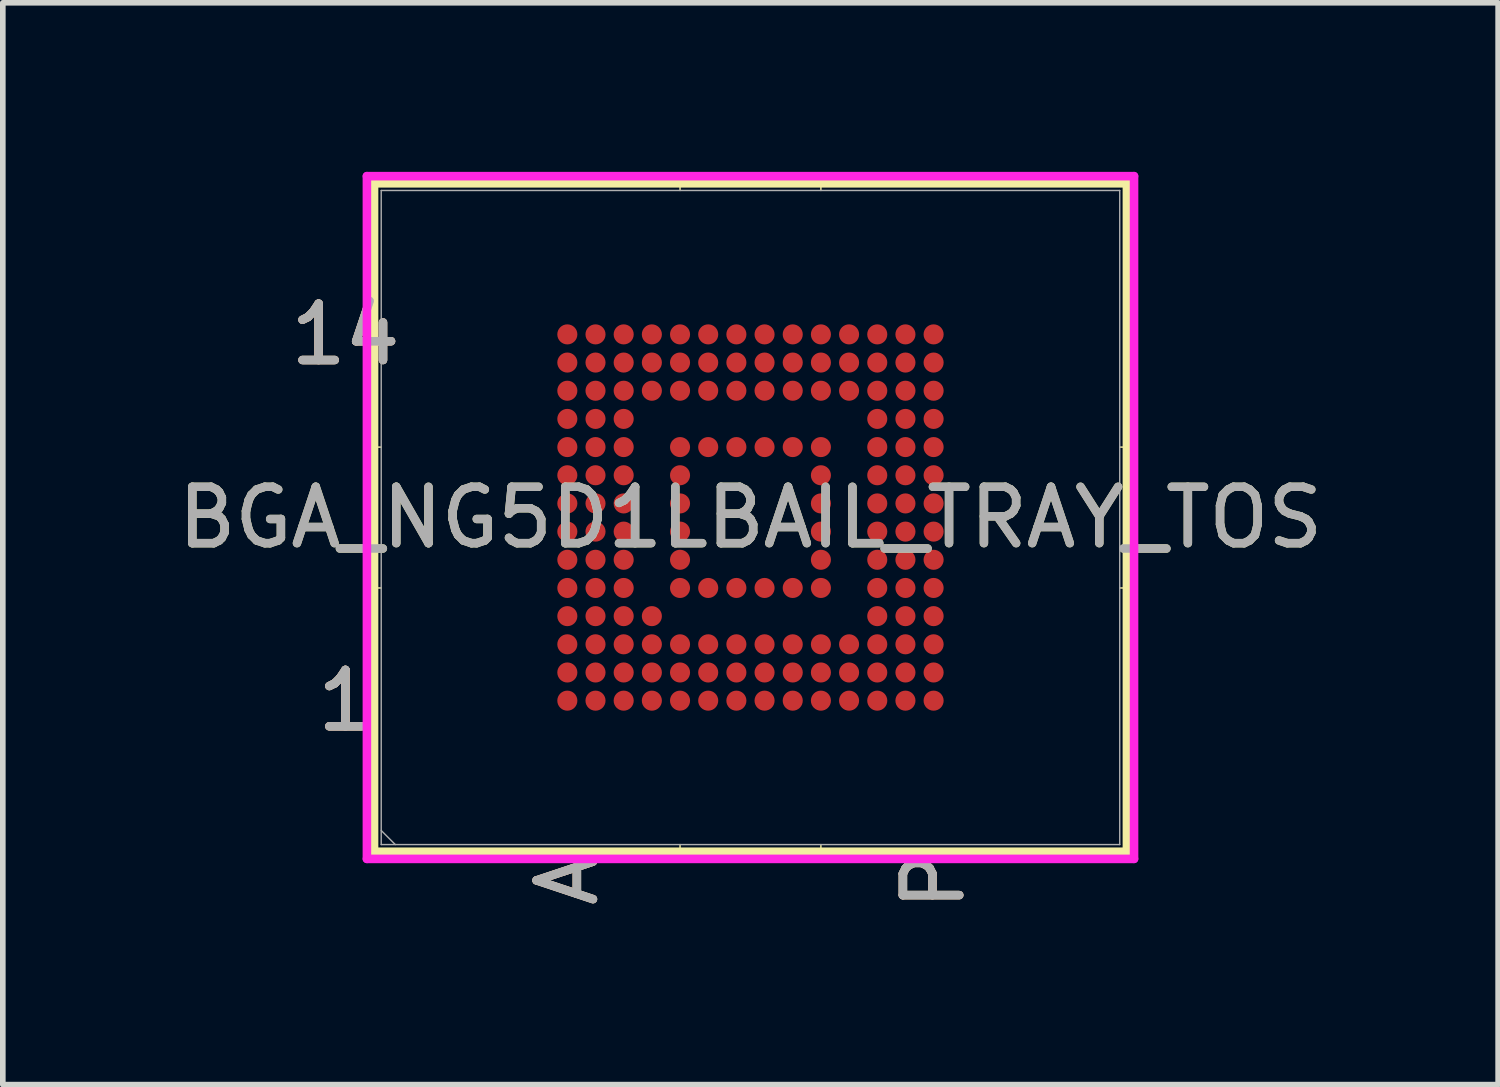
<source format=kicad_pcb>
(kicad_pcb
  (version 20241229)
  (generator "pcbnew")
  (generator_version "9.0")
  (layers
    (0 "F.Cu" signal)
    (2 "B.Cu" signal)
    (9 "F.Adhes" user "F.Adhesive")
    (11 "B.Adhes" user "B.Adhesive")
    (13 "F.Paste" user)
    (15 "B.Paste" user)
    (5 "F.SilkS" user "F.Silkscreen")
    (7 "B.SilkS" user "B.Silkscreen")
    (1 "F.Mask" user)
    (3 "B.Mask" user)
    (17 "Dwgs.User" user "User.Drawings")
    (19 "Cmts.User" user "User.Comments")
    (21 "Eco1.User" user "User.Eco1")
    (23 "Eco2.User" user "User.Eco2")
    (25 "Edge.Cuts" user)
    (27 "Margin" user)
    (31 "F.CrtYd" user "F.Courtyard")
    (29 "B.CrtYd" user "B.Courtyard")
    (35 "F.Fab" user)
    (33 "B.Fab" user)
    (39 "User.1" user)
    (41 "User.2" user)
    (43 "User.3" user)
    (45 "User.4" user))
  (footprint "BGA_NG5D1LBAIL_TRAY_TOS"
    (layer "F.Cu")
    (at 10.268 6.134)
    (property "Reference" "BGA_NG5D1LBAIL_TRAY_TOS" (at 0 0 0) (unlocked yes) (layer "F.SilkS") (effects (font (size 1 1) (thickness 0.15))))
    (attr smd)
    (fp_line (start -6.68 -5.931) (end -6.68 5.931) (stroke (width 0.152) (type solid)) (layer "F.SilkS"))
    (fp_line (start -6.68 5.931) (end 6.68 5.931) (stroke (width 0.152) (type solid)) (layer "F.SilkS"))
    (fp_line (start -6.553 -1.25) (end -6.807 -1.25) (stroke (width 0.025) (type solid)) (layer "F.SilkS"))
    (fp_line (start -6.553 1.25) (end -6.807 1.25) (stroke (width 0.025) (type solid)) (layer "F.SilkS"))
    (fp_line (start -1.25 -5.804) (end -1.25 -6.058) (stroke (width 0.025) (type solid)) (layer "F.SilkS"))
    (fp_line (start -1.25 5.804) (end -1.25 6.058) (stroke (width 0.025) (type solid)) (layer "F.SilkS"))
    (fp_line (start 1.25 -5.804) (end 1.25 -6.058) (stroke (width 0.025) (type solid)) (layer "F.SilkS"))
    (fp_line (start 1.25 5.804) (end 1.25 6.058) (stroke (width 0.025) (type solid)) (layer "F.SilkS"))
    (fp_line (start 6.553 -1.25) (end 6.807 -1.25) (stroke (width 0.025) (type solid)) (layer "F.SilkS"))
    (fp_line (start 6.553 1.25) (end 6.807 1.25) (stroke (width 0.025) (type solid)) (layer "F.SilkS"))
    (fp_line (start 6.68 -5.931) (end -6.68 -5.931) (stroke (width 0.152) (type solid)) (layer "F.SilkS"))
    (fp_line (start 6.68 5.931) (end 6.68 -5.931) (stroke (width 0.152) (type solid)) (layer "F.SilkS"))
    (fp_poly (pts (xy -3.945 -3.945) (xy 3.945 -3.945) (xy 3.945 3.945) (xy -3.945 3.945)) (stroke (width 0.1) (type solid)) (fill no) (layer "Eco2.User"))
    (fp_line (start -6.807 -6.058) (end 6.807 -6.058) (stroke (width 0.152) (type solid)) (layer "F.CrtYd"))
    (fp_line (start -6.807 6.058) (end -6.807 -6.058) (stroke (width 0.152) (type solid)) (layer "F.CrtYd"))
    (fp_line (start 6.807 -6.058) (end 6.807 6.058) (stroke (width 0.152) (type solid)) (layer "F.CrtYd"))
    (fp_line (start 6.807 6.058) (end -6.807 6.058) (stroke (width 0.152) (type solid)) (layer "F.CrtYd"))
    (fp_line (start -6.553 -5.804) (end -6.553 5.804) (stroke (width 0.025) (type solid)) (layer "F.Fab"))
    (fp_line (start -6.553 5.554) (end -6.303 5.804) (stroke (width 0.025) (type solid)) (layer "F.Fab"))
    (fp_line (start -6.553 5.804) (end 6.553 5.804) (stroke (width 0.025) (type solid)) (layer "F.Fab"))
    (fp_line (start 6.553 -5.804) (end -6.553 -5.804) (stroke (width 0.025) (type solid)) (layer "F.Fab"))
    (fp_line (start 6.553 5.804) (end 6.553 -5.804) (stroke (width 0.025) (type solid)) (layer "F.Fab"))
    (fp_text user "A" (at -3.25 6.439 90) (unlocked yes) (layer "F.SilkS") (effects (font (size 1 1) (thickness 0.15))))
    (fp_text user "P" (at 3.25 6.439 90) (unlocked yes) (layer "F.SilkS") (effects (font (size 1 1) (thickness 0.15))))
    (fp_text user "1" (at -7.188 3.25 0) (unlocked yes) (layer "F.SilkS") (effects (font (size 1 1) (thickness 0.15))))
    (fp_text user "14" (at -7.188 -3.25 0) (unlocked yes) (layer "F.SilkS") (effects (font (size 1 1) (thickness 0.15))))
    (fp_text user "A" (at -3.25 6.439 90) (unlocked yes) (layer "B.SilkS") (effects (font (size 1 1) (thickness 0.15))))
    (fp_text user "14" (at -7.188 -3.25 0) (unlocked yes) (layer "B.SilkS") (effects (font (size 1 1) (thickness 0.15))))
    (fp_text user "1" (at -7.188 3.25 0) (unlocked yes) (layer "B.SilkS") (effects (font (size 1 1) (thickness 0.15))))
    (fp_text user "P" (at 3.25 6.439 90) (unlocked yes) (layer "B.SilkS") (effects (font (size 1 1) (thickness 0.15))))
    (fp_text user "14" (at -7.188 -3.25 0) (unlocked yes) (layer "F.Fab") (effects (font (size 1 1) (thickness 0.15))))
    (fp_text user "1" (at -7.188 3.25 0) (unlocked yes) (layer "F.Fab") (effects (font (size 1 1) (thickness 0.15))))
    (fp_text user "A" (at -3.25 6.439 90) (unlocked yes) (layer "F.Fab") (effects (font (size 1 1) (thickness 0.15))))
    (fp_text user "P" (at 3.25 6.439 90) (unlocked yes) (layer "F.Fab") (effects (font (size 1 1) (thickness 0.15))))
    (fp_text user "${REFERENCE}" (at 0 0 0) (unlocked yes) (layer "F.Fab") (effects (font (size 1 1) (thickness 0.15))))
    (pad "A1" smd circle (at -3.25 3.25) (size 0.356 0.356) (layers "F.Cu" "F.Mask" "F.Paste"))
    (pad "A2" smd circle (at -3.25 2.75) (size 0.356 0.356) (layers "F.Cu" "F.Mask" "F.Paste"))
    (pad "A3" smd circle (at -3.25 2.25) (size 0.356 0.356) (layers "F.Cu" "F.Mask" "F.Paste"))
    (pad "A4" smd circle (at -3.25 1.75) (size 0.356 0.356) (layers "F.Cu" "F.Mask" "F.Paste"))
    (pad "A5" smd circle (at -3.25 1.25) (size 0.356 0.356) (layers "F.Cu" "F.Mask" "F.Paste"))
    (pad "A6" smd circle (at -3.25 0.75) (size 0.356 0.356) (layers "F.Cu" "F.Mask" "F.Paste"))
    (pad "A7" smd circle (at -3.25 0.25) (size 0.356 0.356) (layers "F.Cu" "F.Mask" "F.Paste"))
    (pad "A8" smd circle (at -3.25 -0.25) (size 0.356 0.356) (layers "F.Cu" "F.Mask" "F.Paste"))
    (pad "A9" smd circle (at -3.25 -0.75) (size 0.356 0.356) (layers "F.Cu" "F.Mask" "F.Paste"))
    (pad "A10" smd circle (at -3.25 -1.25) (size 0.356 0.356) (layers "F.Cu" "F.Mask" "F.Paste"))
    (pad "A11" smd circle (at -3.25 -1.75) (size 0.356 0.356) (layers "F.Cu" "F.Mask" "F.Paste"))
    (pad "A12" smd circle (at -3.25 -2.25) (size 0.356 0.356) (layers "F.Cu" "F.Mask" "F.Paste"))
    (pad "A13" smd circle (at -3.25 -2.75) (size 0.356 0.356) (layers "F.Cu" "F.Mask" "F.Paste"))
    (pad "A14" smd circle (at -3.25 -3.25) (size 0.356 0.356) (layers "F.Cu" "F.Mask" "F.Paste"))
    (pad "B1" smd circle (at -2.75 3.25) (size 0.356 0.356) (layers "F.Cu" "F.Mask" "F.Paste"))
    (pad "B2" smd circle (at -2.75 2.75) (size 0.356 0.356) (layers "F.Cu" "F.Mask" "F.Paste"))
    (pad "B3" smd circle (at -2.75 2.25) (size 0.356 0.356) (layers "F.Cu" "F.Mask" "F.Paste"))
    (pad "B4" smd circle (at -2.75 1.75) (size 0.356 0.356) (layers "F.Cu" "F.Mask" "F.Paste"))
    (pad "B5" smd circle (at -2.75 1.25) (size 0.356 0.356) (layers "F.Cu" "F.Mask" "F.Paste"))
    (pad "B6" smd circle (at -2.75 0.75) (size 0.356 0.356) (layers "F.Cu" "F.Mask" "F.Paste"))
    (pad "B7" smd circle (at -2.75 0.25) (size 0.356 0.356) (layers "F.Cu" "F.Mask" "F.Paste"))
    (pad "B8" smd circle (at -2.75 -0.25) (size 0.356 0.356) (layers "F.Cu" "F.Mask" "F.Paste"))
    (pad "B9" smd circle (at -2.75 -0.75) (size 0.356 0.356) (layers "F.Cu" "F.Mask" "F.Paste"))
    (pad "B10" smd circle (at -2.75 -1.25) (size 0.356 0.356) (layers "F.Cu" "F.Mask" "F.Paste"))
    (pad "B11" smd circle (at -2.75 -1.75) (size 0.356 0.356) (layers "F.Cu" "F.Mask" "F.Paste"))
    (pad "B12" smd circle (at -2.75 -2.25) (size 0.356 0.356) (layers "F.Cu" "F.Mask" "F.Paste"))
    (pad "B13" smd circle (at -2.75 -2.75) (size 0.356 0.356) (layers "F.Cu" "F.Mask" "F.Paste"))
    (pad "B14" smd circle (at -2.75 -3.25) (size 0.356 0.356) (layers "F.Cu" "F.Mask" "F.Paste"))
    (pad "C1" smd circle (at -2.25 3.25) (size 0.356 0.356) (layers "F.Cu" "F.Mask" "F.Paste"))
    (pad "C2" smd circle (at -2.25 2.75) (size 0.356 0.356) (layers "F.Cu" "F.Mask" "F.Paste"))
    (pad "C3" smd circle (at -2.25 2.25) (size 0.356 0.356) (layers "F.Cu" "F.Mask" "F.Paste"))
    (pad "C4" smd circle (at -2.25 1.75) (size 0.356 0.356) (layers "F.Cu" "F.Mask" "F.Paste"))
    (pad "C5" smd circle (at -2.25 1.25) (size 0.356 0.356) (layers "F.Cu" "F.Mask" "F.Paste"))
    (pad "C6" smd circle (at -2.25 0.75) (size 0.356 0.356) (layers "F.Cu" "F.Mask" "F.Paste"))
    (pad "C7" smd circle (at -2.25 0.25) (size 0.356 0.356) (layers "F.Cu" "F.Mask" "F.Paste"))
    (pad "C8" smd circle (at -2.25 -0.25) (size 0.356 0.356) (layers "F.Cu" "F.Mask" "F.Paste"))
    (pad "C9" smd circle (at -2.25 -0.75) (size 0.356 0.356) (layers "F.Cu" "F.Mask" "F.Paste"))
    (pad "C10" smd circle (at -2.25 -1.25) (size 0.356 0.356) (layers "F.Cu" "F.Mask" "F.Paste"))
    (pad "C11" smd circle (at -2.25 -1.75) (size 0.356 0.356) (layers "F.Cu" "F.Mask" "F.Paste"))
    (pad "C12" smd circle (at -2.25 -2.25) (size 0.356 0.356) (layers "F.Cu" "F.Mask" "F.Paste"))
    (pad "C13" smd circle (at -2.25 -2.75) (size 0.356 0.356) (layers "F.Cu" "F.Mask" "F.Paste"))
    (pad "C14" smd circle (at -2.25 -3.25) (size 0.356 0.356) (layers "F.Cu" "F.Mask" "F.Paste"))
    (pad "D1" smd circle (at -1.75 3.25) (size 0.356 0.356) (layers "F.Cu" "F.Mask" "F.Paste"))
    (pad "D2" smd circle (at -1.75 2.75) (size 0.356 0.356) (layers "F.Cu" "F.Mask" "F.Paste"))
    (pad "D3" smd circle (at -1.75 2.25) (size 0.356 0.356) (layers "F.Cu" "F.Mask" "F.Paste"))
    (pad "D4" smd circle (at -1.75 1.75) (size 0.356 0.356) (layers "F.Cu" "F.Mask" "F.Paste"))
    (pad "D12" smd circle (at -1.75 -2.25) (size 0.356 0.356) (layers "F.Cu" "F.Mask" "F.Paste"))
    (pad "D13" smd circle (at -1.75 -2.75) (size 0.356 0.356) (layers "F.Cu" "F.Mask" "F.Paste"))
    (pad "D14" smd circle (at -1.75 -3.25) (size 0.356 0.356) (layers "F.Cu" "F.Mask" "F.Paste"))
    (pad "E1" smd circle (at -1.25 3.25) (size 0.356 0.356) (layers "F.Cu" "F.Mask" "F.Paste"))
    (pad "E2" smd circle (at -1.25 2.75) (size 0.356 0.356) (layers "F.Cu" "F.Mask" "F.Paste"))
    (pad "E3" smd circle (at -1.25 2.25) (size 0.356 0.356) (layers "F.Cu" "F.Mask" "F.Paste"))
    (pad "E5" smd circle (at -1.25 1.25) (size 0.356 0.356) (layers "F.Cu" "F.Mask" "F.Paste"))
    (pad "E6" smd circle (at -1.25 0.75) (size 0.356 0.356) (layers "F.Cu" "F.Mask" "F.Paste"))
    (pad "E7" smd circle (at -1.25 0.25) (size 0.356 0.356) (layers "F.Cu" "F.Mask" "F.Paste"))
    (pad "E8" smd circle (at -1.25 -0.25) (size 0.356 0.356) (layers "F.Cu" "F.Mask" "F.Paste"))
    (pad "E9" smd circle (at -1.25 -0.75) (size 0.356 0.356) (layers "F.Cu" "F.Mask" "F.Paste"))
    (pad "E10" smd circle (at -1.25 -1.25) (size 0.356 0.356) (layers "F.Cu" "F.Mask" "F.Paste"))
    (pad "E12" smd circle (at -1.25 -2.25) (size 0.356 0.356) (layers "F.Cu" "F.Mask" "F.Paste"))
    (pad "E13" smd circle (at -1.25 -2.75) (size 0.356 0.356) (layers "F.Cu" "F.Mask" "F.Paste"))
    (pad "E14" smd circle (at -1.25 -3.25) (size 0.356 0.356) (layers "F.Cu" "F.Mask" "F.Paste"))
    (pad "F1" smd circle (at -0.75 3.25) (size 0.356 0.356) (layers "F.Cu" "F.Mask" "F.Paste"))
    (pad "F2" smd circle (at -0.75 2.75) (size 0.356 0.356) (layers "F.Cu" "F.Mask" "F.Paste"))
    (pad "F3" smd circle (at -0.75 2.25) (size 0.356 0.356) (layers "F.Cu" "F.Mask" "F.Paste"))
    (pad "F5" smd circle (at -0.75 1.25) (size 0.356 0.356) (layers "F.Cu" "F.Mask" "F.Paste"))
    (pad "F10" smd circle (at -0.75 -1.25) (size 0.356 0.356) (layers "F.Cu" "F.Mask" "F.Paste"))
    (pad "F12" smd circle (at -0.75 -2.25) (size 0.356 0.356) (layers "F.Cu" "F.Mask" "F.Paste"))
    (pad "F13" smd circle (at -0.75 -2.75) (size 0.356 0.356) (layers "F.Cu" "F.Mask" "F.Paste"))
    (pad "F14" smd circle (at -0.75 -3.25) (size 0.356 0.356) (layers "F.Cu" "F.Mask" "F.Paste"))
    (pad "G1" smd circle (at -0.25 3.25) (size 0.356 0.356) (layers "F.Cu" "F.Mask" "F.Paste"))
    (pad "G2" smd circle (at -0.25 2.75) (size 0.356 0.356) (layers "F.Cu" "F.Mask" "F.Paste"))
    (pad "G3" smd circle (at -0.25 2.25) (size 0.356 0.356) (layers "F.Cu" "F.Mask" "F.Paste"))
    (pad "G5" smd circle (at -0.25 1.25) (size 0.356 0.356) (layers "F.Cu" "F.Mask" "F.Paste"))
    (pad "G10" smd circle (at -0.25 -1.25) (size 0.356 0.356) (layers "F.Cu" "F.Mask" "F.Paste"))
    (pad "G12" smd circle (at -0.25 -2.25) (size 0.356 0.356) (layers "F.Cu" "F.Mask" "F.Paste"))
    (pad "G13" smd circle (at -0.25 -2.75) (size 0.356 0.356) (layers "F.Cu" "F.Mask" "F.Paste"))
    (pad "G14" smd circle (at -0.25 -3.25) (size 0.356 0.356) (layers "F.Cu" "F.Mask" "F.Paste"))
    (pad "H1" smd circle (at 0.25 3.25) (size 0.356 0.356) (layers "F.Cu" "F.Mask" "F.Paste"))
    (pad "H2" smd circle (at 0.25 2.75) (size 0.356 0.356) (layers "F.Cu" "F.Mask" "F.Paste"))
    (pad "H3" smd circle (at 0.25 2.25) (size 0.356 0.356) (layers "F.Cu" "F.Mask" "F.Paste"))
    (pad "H5" smd circle (at 0.25 1.25) (size 0.356 0.356) (layers "F.Cu" "F.Mask" "F.Paste"))
    (pad "H10" smd circle (at 0.25 -1.25) (size 0.356 0.356) (layers "F.Cu" "F.Mask" "F.Paste"))
    (pad "H12" smd circle (at 0.25 -2.25) (size 0.356 0.356) (layers "F.Cu" "F.Mask" "F.Paste"))
    (pad "H13" smd circle (at 0.25 -2.75) (size 0.356 0.356) (layers "F.Cu" "F.Mask" "F.Paste"))
    (pad "H14" smd circle (at 0.25 -3.25) (size 0.356 0.356) (layers "F.Cu" "F.Mask" "F.Paste"))
    (pad "J1" smd circle (at 0.75 3.25) (size 0.356 0.356) (layers "F.Cu" "F.Mask" "F.Paste"))
    (pad "J2" smd circle (at 0.75 2.75) (size 0.356 0.356) (layers "F.Cu" "F.Mask" "F.Paste"))
    (pad "J3" smd circle (at 0.75 2.25) (size 0.356 0.356) (layers "F.Cu" "F.Mask" "F.Paste"))
    (pad "J5" smd circle (at 0.75 1.25) (size 0.356 0.356) (layers "F.Cu" "F.Mask" "F.Paste"))
    (pad "J10" smd circle (at 0.75 -1.25) (size 0.356 0.356) (layers "F.Cu" "F.Mask" "F.Paste"))
    (pad "J12" smd circle (at 0.75 -2.25) (size 0.356 0.356) (layers "F.Cu" "F.Mask" "F.Paste"))
    (pad "J13" smd circle (at 0.75 -2.75) (size 0.356 0.356) (layers "F.Cu" "F.Mask" "F.Paste"))
    (pad "J14" smd circle (at 0.75 -3.25) (size 0.356 0.356) (layers "F.Cu" "F.Mask" "F.Paste"))
    (pad "K1" smd circle (at 1.25 3.25) (size 0.356 0.356) (layers "F.Cu" "F.Mask" "F.Paste"))
    (pad "K2" smd circle (at 1.25 2.75) (size 0.356 0.356) (layers "F.Cu" "F.Mask" "F.Paste"))
    (pad "K3" smd circle (at 1.25 2.25) (size 0.356 0.356) (layers "F.Cu" "F.Mask" "F.Paste"))
    (pad "K5" smd circle (at 1.25 1.25) (size 0.356 0.356) (layers "F.Cu" "F.Mask" "F.Paste"))
    (pad "K6" smd circle (at 1.25 0.75) (size 0.356 0.356) (layers "F.Cu" "F.Mask" "F.Paste"))
    (pad "K7" smd circle (at 1.25 0.25) (size 0.356 0.356) (layers "F.Cu" "F.Mask" "F.Paste"))
    (pad "K8" smd circle (at 1.25 -0.25) (size 0.356 0.356) (layers "F.Cu" "F.Mask" "F.Paste"))
    (pad "K9" smd circle (at 1.25 -0.75) (size 0.356 0.356) (layers "F.Cu" "F.Mask" "F.Paste"))
    (pad "K10" smd circle (at 1.25 -1.25) (size 0.356 0.356) (layers "F.Cu" "F.Mask" "F.Paste"))
    (pad "K12" smd circle (at 1.25 -2.25) (size 0.356 0.356) (layers "F.Cu" "F.Mask" "F.Paste"))
    (pad "K13" smd circle (at 1.25 -2.75) (size 0.356 0.356) (layers "F.Cu" "F.Mask" "F.Paste"))
    (pad "K14" smd circle (at 1.25 -3.25) (size 0.356 0.356) (layers "F.Cu" "F.Mask" "F.Paste"))
    (pad "L1" smd circle (at 1.75 3.25) (size 0.356 0.356) (layers "F.Cu" "F.Mask" "F.Paste"))
    (pad "L2" smd circle (at 1.75 2.75) (size 0.356 0.356) (layers "F.Cu" "F.Mask" "F.Paste"))
    (pad "L3" smd circle (at 1.75 2.25) (size 0.356 0.356) (layers "F.Cu" "F.Mask" "F.Paste"))
    (pad "L12" smd circle (at 1.75 -2.25) (size 0.356 0.356) (layers "F.Cu" "F.Mask" "F.Paste"))
    (pad "L13" smd circle (at 1.75 -2.75) (size 0.356 0.356) (layers "F.Cu" "F.Mask" "F.Paste"))
    (pad "L14" smd circle (at 1.75 -3.25) (size 0.356 0.356) (layers "F.Cu" "F.Mask" "F.Paste"))
    (pad "M1" smd circle (at 2.25 3.25) (size 0.356 0.356) (layers "F.Cu" "F.Mask" "F.Paste"))
    (pad "M2" smd circle (at 2.25 2.75) (size 0.356 0.356) (layers "F.Cu" "F.Mask" "F.Paste"))
    (pad "M3" smd circle (at 2.25 2.25) (size 0.356 0.356) (layers "F.Cu" "F.Mask" "F.Paste"))
    (pad "M4" smd circle (at 2.25 1.75) (size 0.356 0.356) (layers "F.Cu" "F.Mask" "F.Paste"))
    (pad "M5" smd circle (at 2.25 1.25) (size 0.356 0.356) (layers "F.Cu" "F.Mask" "F.Paste"))
    (pad "M6" smd circle (at 2.25 0.75) (size 0.356 0.356) (layers "F.Cu" "F.Mask" "F.Paste"))
    (pad "M7" smd circle (at 2.25 0.25) (size 0.356 0.356) (layers "F.Cu" "F.Mask" "F.Paste"))
    (pad "M8" smd circle (at 2.25 -0.25) (size 0.356 0.356) (layers "F.Cu" "F.Mask" "F.Paste"))
    (pad "M9" smd circle (at 2.25 -0.75) (size 0.356 0.356) (layers "F.Cu" "F.Mask" "F.Paste"))
    (pad "M10" smd circle (at 2.25 -1.25) (size 0.356 0.356) (layers "F.Cu" "F.Mask" "F.Paste"))
    (pad "M11" smd circle (at 2.25 -1.75) (size 0.356 0.356) (layers "F.Cu" "F.Mask" "F.Paste"))
    (pad "M12" smd circle (at 2.25 -2.25) (size 0.356 0.356) (layers "F.Cu" "F.Mask" "F.Paste"))
    (pad "M13" smd circle (at 2.25 -2.75) (size 0.356 0.356) (layers "F.Cu" "F.Mask" "F.Paste"))
    (pad "M14" smd circle (at 2.25 -3.25) (size 0.356 0.356) (layers "F.Cu" "F.Mask" "F.Paste"))
    (pad "N1" smd circle (at 2.75 3.25) (size 0.356 0.356) (layers "F.Cu" "F.Mask" "F.Paste"))
    (pad "N2" smd circle (at 2.75 2.75) (size 0.356 0.356) (layers "F.Cu" "F.Mask" "F.Paste"))
    (pad "N3" smd circle (at 2.75 2.25) (size 0.356 0.356) (layers "F.Cu" "F.Mask" "F.Paste"))
    (pad "N4" smd circle (at 2.75 1.75) (size 0.356 0.356) (layers "F.Cu" "F.Mask" "F.Paste"))
    (pad "N5" smd circle (at 2.75 1.25) (size 0.356 0.356) (layers "F.Cu" "F.Mask" "F.Paste"))
    (pad "N6" smd circle (at 2.75 0.75) (size 0.356 0.356) (layers "F.Cu" "F.Mask" "F.Paste"))
    (pad "N7" smd circle (at 2.75 0.25) (size 0.356 0.356) (layers "F.Cu" "F.Mask" "F.Paste"))
    (pad "N8" smd circle (at 2.75 -0.25) (size 0.356 0.356) (layers "F.Cu" "F.Mask" "F.Paste"))
    (pad "N9" smd circle (at 2.75 -0.75) (size 0.356 0.356) (layers "F.Cu" "F.Mask" "F.Paste"))
    (pad "N10" smd circle (at 2.75 -1.25) (size 0.356 0.356) (layers "F.Cu" "F.Mask" "F.Paste"))
    (pad "N11" smd circle (at 2.75 -1.75) (size 0.356 0.356) (layers "F.Cu" "F.Mask" "F.Paste"))
    (pad "N12" smd circle (at 2.75 -2.25) (size 0.356 0.356) (layers "F.Cu" "F.Mask" "F.Paste"))
    (pad "N13" smd circle (at 2.75 -2.75) (size 0.356 0.356) (layers "F.Cu" "F.Mask" "F.Paste"))
    (pad "N14" smd circle (at 2.75 -3.25) (size 0.356 0.356) (layers "F.Cu" "F.Mask" "F.Paste"))
    (pad "P1" smd circle (at 3.25 3.25) (size 0.356 0.356) (layers "F.Cu" "F.Mask" "F.Paste"))
    (pad "P2" smd circle (at 3.25 2.75) (size 0.356 0.356) (layers "F.Cu" "F.Mask" "F.Paste"))
    (pad "P3" smd circle (at 3.25 2.25) (size 0.356 0.356) (layers "F.Cu" "F.Mask" "F.Paste"))
    (pad "P4" smd circle (at 3.25 1.75) (size 0.356 0.356) (layers "F.Cu" "F.Mask" "F.Paste"))
    (pad "P5" smd circle (at 3.25 1.25) (size 0.356 0.356) (layers "F.Cu" "F.Mask" "F.Paste"))
    (pad "P6" smd circle (at 3.25 0.75) (size 0.356 0.356) (layers "F.Cu" "F.Mask" "F.Paste"))
    (pad "P7" smd circle (at 3.25 0.25) (size 0.356 0.356) (layers "F.Cu" "F.Mask" "F.Paste"))
    (pad "P8" smd circle (at 3.25 -0.25) (size 0.356 0.356) (layers "F.Cu" "F.Mask" "F.Paste"))
    (pad "P9" smd circle (at 3.25 -0.75) (size 0.356 0.356) (layers "F.Cu" "F.Mask" "F.Paste"))
    (pad "P10" smd circle (at 3.25 -1.25) (size 0.356 0.356) (layers "F.Cu" "F.Mask" "F.Paste"))
    (pad "P11" smd circle (at 3.25 -1.75) (size 0.356 0.356) (layers "F.Cu" "F.Mask" "F.Paste"))
    (pad "P12" smd circle (at 3.25 -2.25) (size 0.356 0.356) (layers "F.Cu" "F.Mask" "F.Paste"))
    (pad "P13" smd circle (at 3.25 -2.75) (size 0.356 0.356) (layers "F.Cu" "F.Mask" "F.Paste"))
    (pad "P14" smd circle (at 3.25 -3.25) (size 0.356 0.356) (layers "F.Cu" "F.Mask" "F.Paste")))
  (gr_rect
    (start -3 -3)
    (end 23.536 16.198)
    (stroke (width 0.1) (type default))
    (fill no)
    (layer "Edge.Cuts")))
</source>
